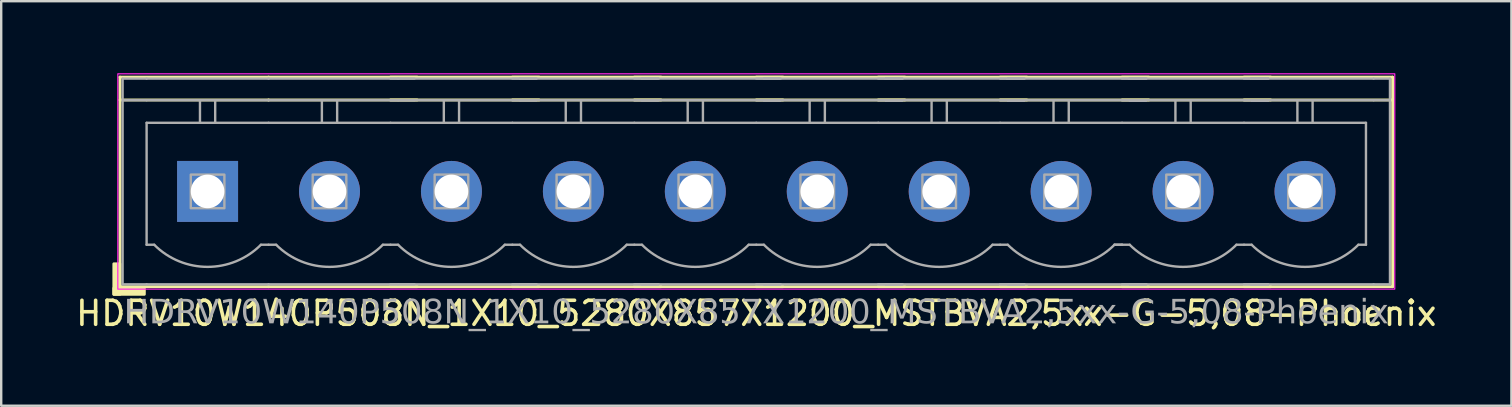
<source format=kicad_pcb>
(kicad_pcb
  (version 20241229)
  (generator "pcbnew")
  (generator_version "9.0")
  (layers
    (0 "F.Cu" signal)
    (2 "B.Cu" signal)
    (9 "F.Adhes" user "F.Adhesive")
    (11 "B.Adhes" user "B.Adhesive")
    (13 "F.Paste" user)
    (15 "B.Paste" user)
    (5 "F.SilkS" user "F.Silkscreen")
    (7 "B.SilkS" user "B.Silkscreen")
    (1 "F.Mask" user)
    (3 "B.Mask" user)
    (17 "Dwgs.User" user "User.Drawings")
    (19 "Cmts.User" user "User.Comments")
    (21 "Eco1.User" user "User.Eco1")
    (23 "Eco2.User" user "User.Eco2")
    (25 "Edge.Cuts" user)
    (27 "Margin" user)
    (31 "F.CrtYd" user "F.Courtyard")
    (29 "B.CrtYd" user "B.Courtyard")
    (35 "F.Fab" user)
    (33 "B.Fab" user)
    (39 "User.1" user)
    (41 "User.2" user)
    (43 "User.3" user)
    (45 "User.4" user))
  (footprint "HDRV10W140P508N_1X10_5280X857X1200_MSTBVA2,5xx-G-5,08-Phoenix"
    (layer "F.Cu")
    (at 28.458 4.925)
    (property "Reference" "HDRV10W140P508N_1X10_5280X857X1200_MSTBVA2,5xx-G-5,08-Phoenix" (at 0 5.08 0) (layer "F.SilkS") (effects (font (size 1 1) (thickness 0.15))))
    (attr through_hole)
    (fp_line (start -26.511 -4.763) (end -26.511 3.969) (stroke (width 0.12) (type solid)) (layer "F.SilkS"))
    (fp_line (start -26.511 -4.763) (end -20.32 -4.763) (stroke (width 0.12) (type solid)) (layer "F.SilkS"))
    (fp_line (start -26.511 -3.81) (end -20.32 -3.81) (stroke (width 0.12) (type solid)) (layer "F.SilkS"))
    (fp_line (start -26.511 3.969) (end -20.32 3.969) (stroke (width 0.12) (type solid)) (layer "F.SilkS"))
    (fp_line (start -14.129 -4.763) (end -20.32 -4.763) (stroke (width 0.12) (type solid)) (layer "F.SilkS"))
    (fp_line (start -14.129 -3.81) (end -20.32 -3.81) (stroke (width 0.12) (type solid)) (layer "F.SilkS"))
    (fp_line (start -14.129 3.969) (end -20.32 3.969) (stroke (width 0.12) (type solid)) (layer "F.SilkS"))
    (fp_line (start -9.049 -4.763) (end -15.24 -4.763) (stroke (width 0.12) (type solid)) (layer "F.SilkS"))
    (fp_line (start -9.049 -3.81) (end -15.24 -3.81) (stroke (width 0.12) (type solid)) (layer "F.SilkS"))
    (fp_line (start -9.049 3.969) (end -15.24 3.969) (stroke (width 0.12) (type solid)) (layer "F.SilkS"))
    (fp_line (start -3.969 -4.763) (end -10.16 -4.763) (stroke (width 0.12) (type solid)) (layer "F.SilkS"))
    (fp_line (start -3.969 -3.81) (end -10.16 -3.81) (stroke (width 0.12) (type solid)) (layer "F.SilkS"))
    (fp_line (start -3.969 3.969) (end -10.16 3.969) (stroke (width 0.12) (type solid)) (layer "F.SilkS"))
    (fp_line (start 1.111 -4.763) (end -5.08 -4.763) (stroke (width 0.12) (type solid)) (layer "F.SilkS"))
    (fp_line (start 1.111 -3.81) (end -5.08 -3.81) (stroke (width 0.12) (type solid)) (layer "F.SilkS"))
    (fp_line (start 1.111 3.969) (end -5.08 3.969) (stroke (width 0.12) (type solid)) (layer "F.SilkS"))
    (fp_line (start 6.191 -4.763) (end 0 -4.763) (stroke (width 0.12) (type solid)) (layer "F.SilkS"))
    (fp_line (start 6.191 -3.81) (end 0 -3.81) (stroke (width 0.12) (type solid)) (layer "F.SilkS"))
    (fp_line (start 6.191 3.969) (end 0 3.969) (stroke (width 0.12) (type solid)) (layer "F.SilkS"))
    (fp_line (start 11.271 -4.763) (end 5.08 -4.763) (stroke (width 0.12) (type solid)) (layer "F.SilkS"))
    (fp_line (start 11.271 -3.81) (end 5.08 -3.81) (stroke (width 0.12) (type solid)) (layer "F.SilkS"))
    (fp_line (start 11.271 3.969) (end 5.08 3.969) (stroke (width 0.12) (type solid)) (layer "F.SilkS"))
    (fp_line (start 16.351 -4.763) (end 10.16 -4.763) (stroke (width 0.12) (type solid)) (layer "F.SilkS"))
    (fp_line (start 16.351 -3.81) (end 10.16 -3.81) (stroke (width 0.12) (type solid)) (layer "F.SilkS"))
    (fp_line (start 16.351 3.969) (end 10.16 3.969) (stroke (width 0.12) (type solid)) (layer "F.SilkS"))
    (fp_line (start 21.431 -4.763) (end 15.24 -4.763) (stroke (width 0.12) (type solid)) (layer "F.SilkS"))
    (fp_line (start 21.431 -3.81) (end 15.24 -3.81) (stroke (width 0.12) (type solid)) (layer "F.SilkS"))
    (fp_line (start 21.431 3.969) (end 15.24 3.969) (stroke (width 0.12) (type solid)) (layer "F.SilkS"))
    (fp_line (start 26.511 -4.763) (end 20.32 -4.763) (stroke (width 0.12) (type solid)) (layer "F.SilkS"))
    (fp_line (start 26.511 -4.763) (end 26.511 3.969) (stroke (width 0.12) (type solid)) (layer "F.SilkS"))
    (fp_line (start 26.511 -3.81) (end 20.32 -3.81) (stroke (width 0.12) (type solid)) (layer "F.SilkS"))
    (fp_line (start 26.511 3.969) (end 20.32 3.969) (stroke (width 0.12) (type solid)) (layer "F.SilkS"))
    (fp_rect (start -26.511 3.016) (end -26.765 4.286) (stroke (width 0.12) (type solid)) (fill yes) (layer "F.SilkS"))
    (fp_rect (start -25.495 4.286) (end -26.765 4.032) (stroke (width 0.12) (type solid)) (fill yes) (layer "F.SilkS"))
    (fp_rect (start -26.6 -4.9) (end 26.6 4.07) (stroke (width 0.05) (type default)) (fill no) (layer "F.CrtYd"))
    (fp_line (start -26.4 -4.7) (end -26.4 3.87) (stroke (width 0.1) (type solid)) (layer "F.Fab"))
    (fp_line (start -26.4 -3.8) (end -25.4 -3.8) (stroke (width 0.1) (type solid)) (layer "F.Fab"))
    (fp_line (start -25.4 -4.7) (end -26.4 -4.7) (stroke (width 0.1) (type solid)) (layer "F.Fab"))
    (fp_line (start -25.4 -4.7) (end -20.32 -4.7) (stroke (width 0.1) (type solid)) (layer "F.Fab"))
    (fp_line (start -25.4 -2.858) (end -20.32 -2.858) (stroke (width 0.1) (type default)) (layer "F.Fab"))
    (fp_line (start -25.4 2.222) (end -25.4 -2.858) (stroke (width 0.1) (type default)) (layer "F.Fab"))
    (fp_line (start -25.4 3.87) (end -26.4 3.87) (stroke (width 0.1) (type solid)) (layer "F.Fab"))
    (fp_line (start -25.4 3.87) (end -20.32 3.87) (stroke (width 0.1) (type solid)) (layer "F.Fab"))
    (fp_line (start -25.082 2.222) (end -25.4 2.222) (stroke (width 0.1) (type default)) (layer "F.Fab"))
    (fp_line (start -23.177 -3.8) (end -23.177 -2.858) (stroke (width 0.1) (type default)) (layer "F.Fab"))
    (fp_line (start -22.543 -3.8) (end -22.543 -2.858) (stroke (width 0.1) (type default)) (layer "F.Fab"))
    (fp_line (start -20.32 -4.7) (end -14.922 -4.7) (stroke (width 0.1) (type solid)) (layer "F.Fab"))
    (fp_line (start -20.32 -3.8) (end -25.4 -3.8) (stroke (width 0.1) (type solid)) (layer "F.Fab"))
    (fp_line (start -20.32 -2.858) (end -15.24 -2.858) (stroke (width 0.1) (type default)) (layer "F.Fab"))
    (fp_line (start -20.32 2.222) (end -20.637 2.222) (stroke (width 0.1) (type default)) (layer "F.Fab"))
    (fp_line (start -20.32 3.87) (end -14.922 3.87) (stroke (width 0.1) (type solid)) (layer "F.Fab"))
    (fp_line (start -20.003 2.222) (end -20.32 2.222) (stroke (width 0.1) (type default)) (layer "F.Fab"))
    (fp_line (start -18.098 -3.8) (end -18.098 -2.858) (stroke (width 0.1) (type default)) (layer "F.Fab"))
    (fp_line (start -17.462 -3.8) (end -17.462 -2.858) (stroke (width 0.1) (type default)) (layer "F.Fab"))
    (fp_line (start -15.24 -4.7) (end -9.842 -4.7) (stroke (width 0.1) (type solid)) (layer "F.Fab"))
    (fp_line (start -15.24 -2.858) (end -10.16 -2.858) (stroke (width 0.1) (type default)) (layer "F.Fab"))
    (fp_line (start -15.24 2.222) (end -15.557 2.222) (stroke (width 0.1) (type default)) (layer "F.Fab"))
    (fp_line (start -15.24 3.87) (end -9.842 3.87) (stroke (width 0.1) (type solid)) (layer "F.Fab"))
    (fp_line (start -14.922 -4.7) (end -14.24 -4.7) (stroke (width 0.1) (type solid)) (layer "F.Fab"))
    (fp_line (start -14.922 -3.8) (end -20.32 -3.8) (stroke (width 0.1) (type solid)) (layer "F.Fab"))
    (fp_line (start -14.922 2.222) (end -15.24 2.222) (stroke (width 0.1) (type default)) (layer "F.Fab"))
    (fp_line (start -14.922 3.87) (end -14.24 3.87) (stroke (width 0.1) (type solid)) (layer "F.Fab"))
    (fp_line (start -14.24 -3.8) (end -14.922 -3.8) (stroke (width 0.1) (type solid)) (layer "F.Fab"))
    (fp_line (start -13.018 -3.8) (end -13.018 -2.858) (stroke (width 0.1) (type default)) (layer "F.Fab"))
    (fp_line (start -12.383 -3.8) (end -12.383 -2.858) (stroke (width 0.1) (type default)) (layer "F.Fab"))
    (fp_line (start -10.16 -4.7) (end -4.763 -4.7) (stroke (width 0.1) (type solid)) (layer "F.Fab"))
    (fp_line (start -10.16 -2.858) (end -5.08 -2.858) (stroke (width 0.1) (type default)) (layer "F.Fab"))
    (fp_line (start -10.16 2.222) (end -10.477 2.222) (stroke (width 0.1) (type default)) (layer "F.Fab"))
    (fp_line (start -10.16 3.87) (end -4.763 3.87) (stroke (width 0.1) (type solid)) (layer "F.Fab"))
    (fp_line (start -9.842 -4.7) (end -9.16 -4.7) (stroke (width 0.1) (type solid)) (layer "F.Fab"))
    (fp_line (start -9.842 -4.7) (end -9.16 -4.7) (stroke (width 0.1) (type solid)) (layer "F.Fab"))
    (fp_line (start -9.842 -3.8) (end -15.24 -3.8) (stroke (width 0.1) (type solid)) (layer "F.Fab"))
    (fp_line (start -9.842 2.222) (end -10.16 2.222) (stroke (width 0.1) (type default)) (layer "F.Fab"))
    (fp_line (start -9.842 3.87) (end -9.16 3.87) (stroke (width 0.1) (type solid)) (layer "F.Fab"))
    (fp_line (start -9.842 3.87) (end -9.16 3.87) (stroke (width 0.1) (type solid)) (layer "F.Fab"))
    (fp_line (start -9.16 -3.8) (end -9.842 -3.8) (stroke (width 0.1) (type solid)) (layer "F.Fab"))
    (fp_line (start -9.16 -3.8) (end -9.842 -3.8) (stroke (width 0.1) (type solid)) (layer "F.Fab"))
    (fp_line (start -7.938 -3.8) (end -7.938 -2.858) (stroke (width 0.1) (type default)) (layer "F.Fab"))
    (fp_line (start -7.303 -3.8) (end -7.303 -2.858) (stroke (width 0.1) (type default)) (layer "F.Fab"))
    (fp_line (start -5.08 -4.7) (end 0.318 -4.7) (stroke (width 0.1) (type solid)) (layer "F.Fab"))
    (fp_line (start -5.08 -2.858) (end 0 -2.858) (stroke (width 0.1) (type default)) (layer "F.Fab"))
    (fp_line (start -5.08 2.222) (end -5.397 2.222) (stroke (width 0.1) (type default)) (layer "F.Fab"))
    (fp_line (start -5.08 3.87) (end 0.318 3.87) (stroke (width 0.1) (type solid)) (layer "F.Fab"))
    (fp_line (start -4.763 -4.7) (end -4.08 -4.7) (stroke (width 0.1) (type solid)) (layer "F.Fab"))
    (fp_line (start -4.763 -4.7) (end -4.08 -4.7) (stroke (width 0.1) (type solid)) (layer "F.Fab"))
    (fp_line (start -4.763 -4.7) (end -4.08 -4.7) (stroke (width 0.1) (type solid)) (layer "F.Fab"))
    (fp_line (start -4.763 -3.8) (end -10.16 -3.8) (stroke (width 0.1) (type solid)) (layer "F.Fab"))
    (fp_line (start -4.763 2.222) (end -5.08 2.222) (stroke (width 0.1) (type default)) (layer "F.Fab"))
    (fp_line (start -4.763 3.87) (end -4.08 3.87) (stroke (width 0.1) (type solid)) (layer "F.Fab"))
    (fp_line (start -4.763 3.87) (end -4.08 3.87) (stroke (width 0.1) (type solid)) (layer "F.Fab"))
    (fp_line (start -4.763 3.87) (end -4.08 3.87) (stroke (width 0.1) (type solid)) (layer "F.Fab"))
    (fp_line (start -4.08 -3.8) (end -4.763 -3.8) (stroke (width 0.1) (type solid)) (layer "F.Fab"))
    (fp_line (start -4.08 -3.8) (end -4.763 -3.8) (stroke (width 0.1) (type solid)) (layer "F.Fab"))
    (fp_line (start -4.08 -3.8) (end -4.763 -3.8) (stroke (width 0.1) (type solid)) (layer "F.Fab"))
    (fp_line (start -2.857 -3.8) (end -2.857 -2.858) (stroke (width 0.1) (type default)) (layer "F.Fab"))
    (fp_line (start -2.223 -3.8) (end -2.223 -2.858) (stroke (width 0.1) (type default)) (layer "F.Fab"))
    (fp_line (start 0 -4.7) (end 5.397 -4.7) (stroke (width 0.1) (type solid)) (layer "F.Fab"))
    (fp_line (start 0 -2.858) (end 5.08 -2.858) (stroke (width 0.1) (type default)) (layer "F.Fab"))
    (fp_line (start 0 2.222) (end -0.318 2.222) (stroke (width 0.1) (type default)) (layer "F.Fab"))
    (fp_line (start 0 3.87) (end 5.397 3.87) (stroke (width 0.1) (type solid)) (layer "F.Fab"))
    (fp_line (start 0.318 -4.7) (end 1 -4.7) (stroke (width 0.1) (type solid)) (layer "F.Fab"))
    (fp_line (start 0.318 -4.7) (end 1 -4.7) (stroke (width 0.1) (type solid)) (layer "F.Fab"))
    (fp_line (start 0.318 -4.7) (end 1 -4.7) (stroke (width 0.1) (type solid)) (layer "F.Fab"))
    (fp_line (start 0.318 -4.7) (end 1 -4.7) (stroke (width 0.1) (type solid)) (layer "F.Fab"))
    (fp_line (start 0.318 -3.8) (end -5.08 -3.8) (stroke (width 0.1) (type solid)) (layer "F.Fab"))
    (fp_line (start 0.318 2.222) (end 0 2.222) (stroke (width 0.1) (type default)) (layer "F.Fab"))
    (fp_line (start 0.318 3.87) (end 1 3.87) (stroke (width 0.1) (type solid)) (layer "F.Fab"))
    (fp_line (start 0.318 3.87) (end 1 3.87) (stroke (width 0.1) (type solid)) (layer "F.Fab"))
    (fp_line (start 0.318 3.87) (end 1 3.87) (stroke (width 0.1) (type solid)) (layer "F.Fab"))
    (fp_line (start 0.318 3.87) (end 1 3.87) (stroke (width 0.1) (type solid)) (layer "F.Fab"))
    (fp_line (start 1 -3.8) (end 0.318 -3.8) (stroke (width 0.1) (type solid)) (layer "F.Fab"))
    (fp_line (start 1 -3.8) (end 0.318 -3.8) (stroke (width 0.1) (type solid)) (layer "F.Fab"))
    (fp_line (start 1 -3.8) (end 0.318 -3.8) (stroke (width 0.1) (type solid)) (layer "F.Fab"))
    (fp_line (start 1 -3.8) (end 0.318 -3.8) (stroke (width 0.1) (type solid)) (layer "F.Fab"))
    (fp_line (start 2.223 -3.8) (end 2.223 -2.858) (stroke (width 0.1) (type default)) (layer "F.Fab"))
    (fp_line (start 2.857 -3.8) (end 2.857 -2.858) (stroke (width 0.1) (type default)) (layer "F.Fab"))
    (fp_line (start 5.08 -4.7) (end 10.477 -4.7) (stroke (width 0.1) (type solid)) (layer "F.Fab"))
    (fp_line (start 5.08 -2.858) (end 10.16 -2.858) (stroke (width 0.1) (type default)) (layer "F.Fab"))
    (fp_line (start 5.08 2.222) (end 4.763 2.222) (stroke (width 0.1) (type default)) (layer "F.Fab"))
    (fp_line (start 5.08 3.87) (end 10.477 3.87) (stroke (width 0.1) (type solid)) (layer "F.Fab"))
    (fp_line (start 5.397 -4.7) (end 6.08 -4.7) (stroke (width 0.1) (type solid)) (layer "F.Fab"))
    (fp_line (start 5.397 -4.7) (end 6.08 -4.7) (stroke (width 0.1) (type solid)) (layer "F.Fab"))
    (fp_line (start 5.397 -4.7) (end 6.08 -4.7) (stroke (width 0.1) (type solid)) (layer "F.Fab"))
    (fp_line (start 5.397 -4.7) (end 6.08 -4.7) (stroke (width 0.1) (type solid)) (layer "F.Fab"))
    (fp_line (start 5.397 -4.7) (end 6.08 -4.7) (stroke (width 0.1) (type solid)) (layer "F.Fab"))
    (fp_line (start 5.397 -3.8) (end 0 -3.8) (stroke (width 0.1) (type solid)) (layer "F.Fab"))
    (fp_line (start 5.397 2.222) (end 5.08 2.222) (stroke (width 0.1) (type default)) (layer "F.Fab"))
    (fp_line (start 5.397 3.87) (end 6.08 3.87) (stroke (width 0.1) (type solid)) (layer "F.Fab"))
    (fp_line (start 5.397 3.87) (end 6.08 3.87) (stroke (width 0.1) (type solid)) (layer "F.Fab"))
    (fp_line (start 5.397 3.87) (end 6.08 3.87) (stroke (width 0.1) (type solid)) (layer "F.Fab"))
    (fp_line (start 5.397 3.87) (end 6.08 3.87) (stroke (width 0.1) (type solid)) (layer "F.Fab"))
    (fp_line (start 5.397 3.87) (end 6.08 3.87) (stroke (width 0.1) (type solid)) (layer "F.Fab"))
    (fp_line (start 6.08 -3.8) (end 5.397 -3.8) (stroke (width 0.1) (type solid)) (layer "F.Fab"))
    (fp_line (start 6.08 -3.8) (end 5.397 -3.8) (stroke (width 0.1) (type solid)) (layer "F.Fab"))
    (fp_line (start 6.08 -3.8) (end 5.397 -3.8) (stroke (width 0.1) (type solid)) (layer "F.Fab"))
    (fp_line (start 6.08 -3.8) (end 5.397 -3.8) (stroke (width 0.1) (type solid)) (layer "F.Fab"))
    (fp_line (start 6.08 -3.8) (end 5.397 -3.8) (stroke (width 0.1) (type solid)) (layer "F.Fab"))
    (fp_line (start 7.303 -3.8) (end 7.303 -2.858) (stroke (width 0.1) (type default)) (layer "F.Fab"))
    (fp_line (start 7.938 -3.8) (end 7.938 -2.858) (stroke (width 0.1) (type default)) (layer "F.Fab"))
    (fp_line (start 10.16 -4.7) (end 15.557 -4.7) (stroke (width 0.1) (type solid)) (layer "F.Fab"))
    (fp_line (start 10.16 -2.858) (end 15.24 -2.858) (stroke (width 0.1) (type default)) (layer "F.Fab"))
    (fp_line (start 10.16 2.222) (end 9.842 2.222) (stroke (width 0.1) (type default)) (layer "F.Fab"))
    (fp_line (start 10.16 3.87) (end 15.557 3.87) (stroke (width 0.1) (type solid)) (layer "F.Fab"))
    (fp_line (start 10.477 -4.7) (end 11.16 -4.7) (stroke (width 0.1) (type solid)) (layer "F.Fab"))
    (fp_line (start 10.477 -4.7) (end 11.16 -4.7) (stroke (width 0.1) (type solid)) (layer "F.Fab"))
    (fp_line (start 10.477 -4.7) (end 11.16 -4.7) (stroke (width 0.1) (type solid)) (layer "F.Fab"))
    (fp_line (start 10.477 -4.7) (end 11.16 -4.7) (stroke (width 0.1) (type solid)) (layer "F.Fab"))
    (fp_line (start 10.477 -4.7) (end 11.16 -4.7) (stroke (width 0.1) (type solid)) (layer "F.Fab"))
    (fp_line (start 10.477 -4.7) (end 11.16 -4.7) (stroke (width 0.1) (type solid)) (layer "F.Fab"))
    (fp_line (start 10.477 -3.8) (end 5.08 -3.8) (stroke (width 0.1) (type solid)) (layer "F.Fab"))
    (fp_line (start 10.477 2.222) (end 10.16 2.222) (stroke (width 0.1) (type default)) (layer "F.Fab"))
    (fp_line (start 10.477 3.87) (end 11.16 3.87) (stroke (width 0.1) (type solid)) (layer "F.Fab"))
    (fp_line (start 10.477 3.87) (end 11.16 3.87) (stroke (width 0.1) (type solid)) (layer "F.Fab"))
    (fp_line (start 10.477 3.87) (end 11.16 3.87) (stroke (width 0.1) (type solid)) (layer "F.Fab"))
    (fp_line (start 10.477 3.87) (end 11.16 3.87) (stroke (width 0.1) (type solid)) (layer "F.Fab"))
    (fp_line (start 10.477 3.87) (end 11.16 3.87) (stroke (width 0.1) (type solid)) (layer "F.Fab"))
    (fp_line (start 10.477 3.87) (end 11.16 3.87) (stroke (width 0.1) (type solid)) (layer "F.Fab"))
    (fp_line (start 11.16 -3.8) (end 10.477 -3.8) (stroke (width 0.1) (type solid)) (layer "F.Fab"))
    (fp_line (start 11.16 -3.8) (end 10.477 -3.8) (stroke (width 0.1) (type solid)) (layer "F.Fab"))
    (fp_line (start 11.16 -3.8) (end 10.477 -3.8) (stroke (width 0.1) (type solid)) (layer "F.Fab"))
    (fp_line (start 11.16 -3.8) (end 10.477 -3.8) (stroke (width 0.1) (type solid)) (layer "F.Fab"))
    (fp_line (start 11.16 -3.8) (end 10.477 -3.8) (stroke (width 0.1) (type solid)) (layer "F.Fab"))
    (fp_line (start 11.16 -3.8) (end 10.477 -3.8) (stroke (width 0.1) (type solid)) (layer "F.Fab"))
    (fp_line (start 12.383 -3.8) (end 12.383 -2.858) (stroke (width 0.1) (type default)) (layer "F.Fab"))
    (fp_line (start 13.018 -3.8) (end 13.018 -2.858) (stroke (width 0.1) (type default)) (layer "F.Fab"))
    (fp_line (start 15.24 -4.7) (end 20.637 -4.7) (stroke (width 0.1) (type solid)) (layer "F.Fab"))
    (fp_line (start 15.24 -2.858) (end 20.32 -2.858) (stroke (width 0.1) (type default)) (layer "F.Fab"))
    (fp_line (start 15.24 2.222) (end 14.922 2.222) (stroke (width 0.1) (type default)) (layer "F.Fab"))
    (fp_line (start 15.24 2.222) (end 14.922 2.222) (stroke (width 0.1) (type default)) (layer "F.Fab"))
    (fp_line (start 15.24 3.87) (end 20.637 3.87) (stroke (width 0.1) (type solid)) (layer "F.Fab"))
    (fp_line (start 15.557 -4.7) (end 16.24 -4.7) (stroke (width 0.1) (type solid)) (layer "F.Fab"))
    (fp_line (start 15.557 -4.7) (end 16.24 -4.7) (stroke (width 0.1) (type solid)) (layer "F.Fab"))
    (fp_line (start 15.557 -4.7) (end 16.24 -4.7) (stroke (width 0.1) (type solid)) (layer "F.Fab"))
    (fp_line (start 15.557 -4.7) (end 16.24 -4.7) (stroke (width 0.1) (type solid)) (layer "F.Fab"))
    (fp_line (start 15.557 -4.7) (end 16.24 -4.7) (stroke (width 0.1) (type solid)) (layer "F.Fab"))
    (fp_line (start 15.557 -4.7) (end 16.24 -4.7) (stroke (width 0.1) (type solid)) (layer "F.Fab"))
    (fp_line (start 15.557 -4.7) (end 16.24 -4.7) (stroke (width 0.1) (type solid)) (layer "F.Fab"))
    (fp_line (start 15.557 -3.8) (end 10.16 -3.8) (stroke (width 0.1) (type solid)) (layer "F.Fab"))
    (fp_line (start 15.557 2.222) (end 15.24 2.222) (stroke (width 0.1) (type default)) (layer "F.Fab"))
    (fp_line (start 15.557 3.87) (end 16.24 3.87) (stroke (width 0.1) (type solid)) (layer "F.Fab"))
    (fp_line (start 15.557 3.87) (end 16.24 3.87) (stroke (width 0.1) (type solid)) (layer "F.Fab"))
    (fp_line (start 15.557 3.87) (end 16.24 3.87) (stroke (width 0.1) (type solid)) (layer "F.Fab"))
    (fp_line (start 15.557 3.87) (end 16.24 3.87) (stroke (width 0.1) (type solid)) (layer "F.Fab"))
    (fp_line (start 15.557 3.87) (end 16.24 3.87) (stroke (width 0.1) (type solid)) (layer "F.Fab"))
    (fp_line (start 15.557 3.87) (end 16.24 3.87) (stroke (width 0.1) (type solid)) (layer "F.Fab"))
    (fp_line (start 15.557 3.87) (end 16.24 3.87) (stroke (width 0.1) (type solid)) (layer "F.Fab"))
    (fp_line (start 16.24 -3.8) (end 15.557 -3.8) (stroke (width 0.1) (type solid)) (layer "F.Fab"))
    (fp_line (start 16.24 -3.8) (end 15.557 -3.8) (stroke (width 0.1) (type solid)) (layer "F.Fab"))
    (fp_line (start 16.24 -3.8) (end 15.557 -3.8) (stroke (width 0.1) (type solid)) (layer "F.Fab"))
    (fp_line (start 16.24 -3.8) (end 15.557 -3.8) (stroke (width 0.1) (type solid)) (layer "F.Fab"))
    (fp_line (start 16.24 -3.8) (end 15.557 -3.8) (stroke (width 0.1) (type solid)) (layer "F.Fab"))
    (fp_line (start 16.24 -3.8) (end 15.557 -3.8) (stroke (width 0.1) (type solid)) (layer "F.Fab"))
    (fp_line (start 16.24 -3.8) (end 15.557 -3.8) (stroke (width 0.1) (type solid)) (layer "F.Fab"))
    (fp_line (start 17.462 -3.8) (end 17.462 -2.858) (stroke (width 0.1) (type default)) (layer "F.Fab"))
    (fp_line (start 18.098 -3.8) (end 18.098 -2.858) (stroke (width 0.1) (type default)) (layer "F.Fab"))
    (fp_line (start 20.32 -4.7) (end 25.718 -4.7) (stroke (width 0.1) (type solid)) (layer "F.Fab"))
    (fp_line (start 20.32 -2.858) (end 25.4 -2.858) (stroke (width 0.1) (type default)) (layer "F.Fab"))
    (fp_line (start 20.32 2.222) (end 20.003 2.222) (stroke (width 0.1) (type default)) (layer "F.Fab"))
    (fp_line (start 20.32 3.87) (end 25.718 3.87) (stroke (width 0.1) (type solid)) (layer "F.Fab"))
    (fp_line (start 20.637 -4.7) (end 21.32 -4.7) (stroke (width 0.1) (type solid)) (layer "F.Fab"))
    (fp_line (start 20.637 -4.7) (end 21.32 -4.7) (stroke (width 0.1) (type solid)) (layer "F.Fab"))
    (fp_line (start 20.637 -4.7) (end 21.32 -4.7) (stroke (width 0.1) (type solid)) (layer "F.Fab"))
    (fp_line (start 20.637 -4.7) (end 21.32 -4.7) (stroke (width 0.1) (type solid)) (layer "F.Fab"))
    (fp_line (start 20.637 -4.7) (end 21.32 -4.7) (stroke (width 0.1) (type solid)) (layer "F.Fab"))
    (fp_line (start 20.637 -4.7) (end 21.32 -4.7) (stroke (width 0.1) (type solid)) (layer "F.Fab"))
    (fp_line (start 20.637 -4.7) (end 21.32 -4.7) (stroke (width 0.1) (type solid)) (layer "F.Fab"))
    (fp_line (start 20.637 -4.7) (end 21.32 -4.7) (stroke (width 0.1) (type solid)) (layer "F.Fab"))
    (fp_line (start 20.637 -3.8) (end 15.24 -3.8) (stroke (width 0.1) (type solid)) (layer "F.Fab"))
    (fp_line (start 20.637 2.222) (end 20.32 2.222) (stroke (width 0.1) (type default)) (layer "F.Fab"))
    (fp_line (start 20.637 3.87) (end 21.32 3.87) (stroke (width 0.1) (type solid)) (layer "F.Fab"))
    (fp_line (start 20.637 3.87) (end 21.32 3.87) (stroke (width 0.1) (type solid)) (layer "F.Fab"))
    (fp_line (start 20.637 3.87) (end 21.32 3.87) (stroke (width 0.1) (type solid)) (layer "F.Fab"))
    (fp_line (start 20.637 3.87) (end 21.32 3.87) (stroke (width 0.1) (type solid)) (layer "F.Fab"))
    (fp_line (start 20.637 3.87) (end 21.32 3.87) (stroke (width 0.1) (type solid)) (layer "F.Fab"))
    (fp_line (start 20.637 3.87) (end 21.32 3.87) (stroke (width 0.1) (type solid)) (layer "F.Fab"))
    (fp_line (start 20.637 3.87) (end 21.32 3.87) (stroke (width 0.1) (type solid)) (layer "F.Fab"))
    (fp_line (start 20.637 3.87) (end 21.32 3.87) (stroke (width 0.1) (type solid)) (layer "F.Fab"))
    (fp_line (start 21.32 -3.8) (end 20.637 -3.8) (stroke (width 0.1) (type solid)) (layer "F.Fab"))
    (fp_line (start 21.32 -3.8) (end 20.637 -3.8) (stroke (width 0.1) (type solid)) (layer "F.Fab"))
    (fp_line (start 21.32 -3.8) (end 20.637 -3.8) (stroke (width 0.1) (type solid)) (layer "F.Fab"))
    (fp_line (start 21.32 -3.8) (end 20.637 -3.8) (stroke (width 0.1) (type solid)) (layer "F.Fab"))
    (fp_line (start 21.32 -3.8) (end 20.637 -3.8) (stroke (width 0.1) (type solid)) (layer "F.Fab"))
    (fp_line (start 21.32 -3.8) (end 20.637 -3.8) (stroke (width 0.1) (type solid)) (layer "F.Fab"))
    (fp_line (start 21.32 -3.8) (end 20.637 -3.8) (stroke (width 0.1) (type solid)) (layer "F.Fab"))
    (fp_line (start 21.32 -3.8) (end 20.637 -3.8) (stroke (width 0.1) (type solid)) (layer "F.Fab"))
    (fp_line (start 22.543 -3.8) (end 22.543 -2.858) (stroke (width 0.1) (type default)) (layer "F.Fab"))
    (fp_line (start 23.177 -3.8) (end 23.177 -2.858) (stroke (width 0.1) (type default)) (layer "F.Fab"))
    (fp_line (start 25.4 2.222) (end 25.082 2.222) (stroke (width 0.1) (type default)) (layer "F.Fab"))
    (fp_line (start 25.4 2.222) (end 25.4 -2.858) (stroke (width 0.1) (type default)) (layer "F.Fab"))
    (fp_line (start 25.718 -4.7) (end 26.4 -4.7) (stroke (width 0.1) (type solid)) (layer "F.Fab"))
    (fp_line (start 25.718 -3.8) (end 20.32 -3.8) (stroke (width 0.1) (type solid)) (layer "F.Fab"))
    (fp_line (start 25.718 3.87) (end 26.4 3.87) (stroke (width 0.1) (type solid)) (layer "F.Fab"))
    (fp_line (start 26.4 -4.7) (end 26.4 3.87) (stroke (width 0.1) (type solid)) (layer "F.Fab"))
    (fp_line (start 26.4 -3.8) (end 25.718 -3.8) (stroke (width 0.1) (type solid)) (layer "F.Fab"))
    (fp_rect (start -22.16 -0.7) (end -23.56 0.7) (stroke (width 0.1) (type solid)) (fill no) (layer "F.Fab"))
    (fp_rect (start -17.08 -0.7) (end -18.48 0.7) (stroke (width 0.1) (type solid)) (fill no) (layer "F.Fab"))
    (fp_rect (start -12 -0.7) (end -13.4 0.7) (stroke (width 0.1) (type solid)) (fill no) (layer "F.Fab"))
    (fp_rect (start -6.92 -0.7) (end -8.32 0.7) (stroke (width 0.1) (type solid)) (fill no) (layer "F.Fab"))
    (fp_rect (start -1.84 -0.7) (end -3.24 0.7) (stroke (width 0.1) (type solid)) (fill no) (layer "F.Fab"))
    (fp_rect (start 3.24 -0.7) (end 1.84 0.7) (stroke (width 0.1) (type solid)) (fill no) (layer "F.Fab"))
    (fp_rect (start 8.32 -0.7) (end 6.92 0.7) (stroke (width 0.1) (type solid)) (fill no) (layer "F.Fab"))
    (fp_rect (start 13.4 -0.7) (end 12 0.7) (stroke (width 0.1) (type solid)) (fill no) (layer "F.Fab"))
    (fp_rect (start 18.48 -0.7) (end 17.08 0.7) (stroke (width 0.1) (type solid)) (fill no) (layer "F.Fab"))
    (fp_rect (start 23.56 -0.7) (end 22.16 0.7) (stroke (width 0.1) (type solid)) (fill no) (layer "F.Fab"))
    (fp_arc (start -20.6375 2.222484) (mid -22.86 3.143076) (end -25.0825 2.222484) (stroke (width 0.1) (type default)) (layer "F.Fab"))
    (fp_arc (start -15.5575 2.222484) (mid -17.78 3.143076) (end -20.0025 2.222484) (stroke (width 0.1) (type default)) (layer "F.Fab"))
    (fp_arc (start -10.4775 2.222476) (mid -12.7 3.143068) (end -14.9225 2.222476) (stroke (width 0.1) (type default)) (layer "F.Fab"))
    (fp_arc (start -5.3975 2.222492) (mid -7.62 3.143084) (end -9.8425 2.222492) (stroke (width 0.1) (type default)) (layer "F.Fab"))
    (fp_arc (start -0.3175 2.222492) (mid -2.54 3.143084) (end -4.7625 2.222492) (stroke (width 0.1) (type default)) (layer "F.Fab"))
    (fp_arc (start 4.7625 2.222492) (mid 2.54 3.143084) (end 0.3175 2.222492) (stroke (width 0.1) (type default)) (layer "F.Fab"))
    (fp_arc (start 9.8425 2.222492) (mid 7.62 3.143084) (end 5.3975 2.222492) (stroke (width 0.1) (type default)) (layer "F.Fab"))
    (fp_arc (start 14.9225 2.222492) (mid 12.7 3.143084) (end 10.4775 2.222492) (stroke (width 0.1) (type default)) (layer "F.Fab"))
    (fp_arc (start 20.0025 2.222492) (mid 17.78 3.143084) (end 15.5575 2.222492) (stroke (width 0.1) (type default)) (layer "F.Fab"))
    (fp_arc (start 25.0825 2.222492) (mid 22.86 3.143084) (end 20.6375 2.222492) (stroke (width 0.1) (type default)) (layer "F.Fab"))
    (fp_text user "${REFERENCE}" (at 0 5.08 0) (layer "F.Fab") (effects (font (face "Tahoma") (size 1 1) (thickness 0.15))))
    (pad "1" thru_hole rect (at -22.86 -0.000016) (size 2.54 2.54) (drill 1.4) (layers "*.Cu" "*.Mask"))
    (pad "2" thru_hole circle (at -17.78 -0.000016) (size 2.54 2.54) (drill 1.4) (layers "*.Cu" "*.Mask"))
    (pad "3" thru_hole circle (at -12.7 -0.000024) (size 2.54 2.54) (drill 1.4) (layers "*.Cu" "*.Mask"))
    (pad "4" thru_hole circle (at -7.62 -0.000008) (size 2.54 2.54) (drill 1.4) (layers "*.Cu" "*.Mask"))
    (pad "5" thru_hole circle (at -2.54 -0.000008) (size 2.54 2.54) (drill 1.4) (layers "*.Cu" "*.Mask"))
    (pad "6" thru_hole circle (at 2.54 -0.000008) (size 2.54 2.54) (drill 1.4) (layers "*.Cu" "*.Mask"))
    (pad "7" thru_hole circle (at 7.62 -0.000008) (size 2.54 2.54) (drill 1.4) (layers "*.Cu" "*.Mask"))
    (pad "8" thru_hole circle (at 12.7 -0.000008) (size 2.54 2.54) (drill 1.4) (layers "*.Cu" "*.Mask"))
    (pad "9" thru_hole circle (at 17.78 -0.000008) (size 2.54 2.54) (drill 1.4) (layers "*.Cu" "*.Mask"))
    (pad "10" thru_hole circle (at 22.86 -0.000008) (size 2.54 2.54) (drill 1.4) (layers "*.Cu" "*.Mask")))
  (gr_rect
    (start -3 -3)
    (end 59.917 13.853)
    (stroke (width 0.1) (type default))
    (fill no)
    (layer "Edge.Cuts")))
</source>
